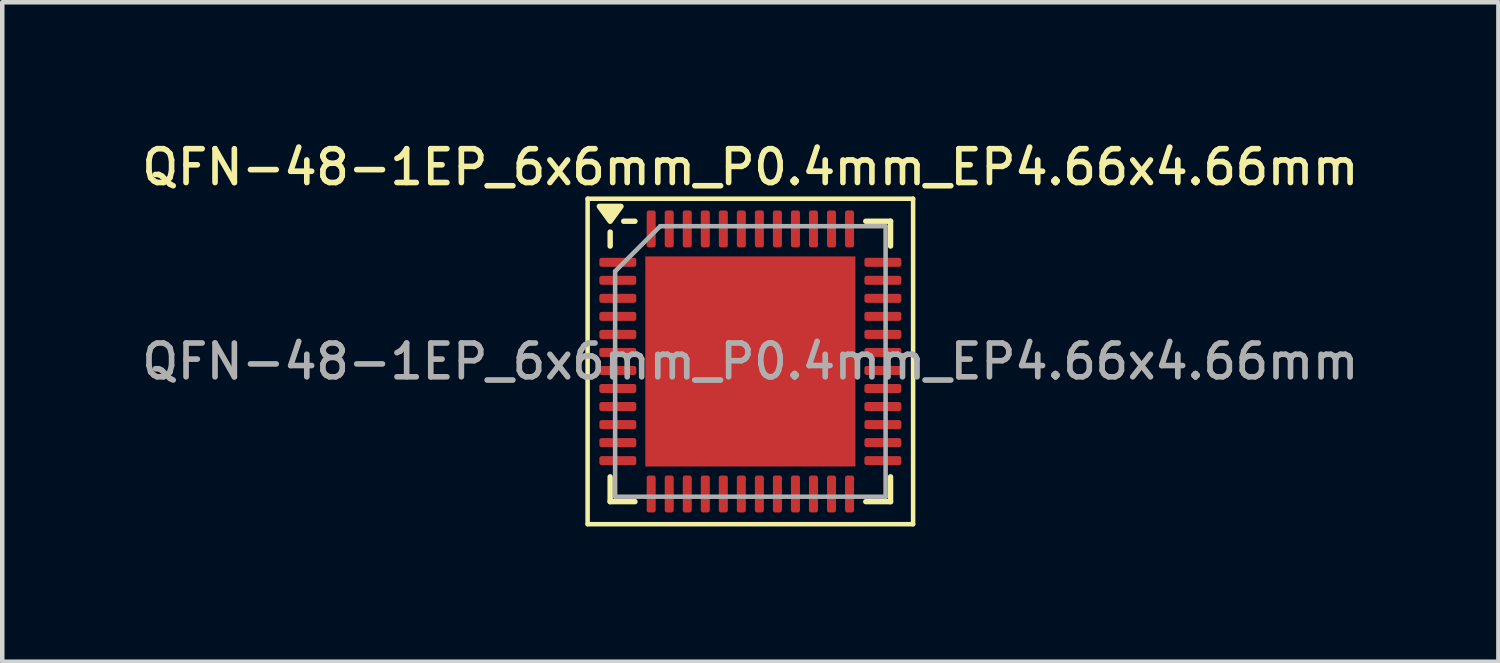
<source format=kicad_pcb>
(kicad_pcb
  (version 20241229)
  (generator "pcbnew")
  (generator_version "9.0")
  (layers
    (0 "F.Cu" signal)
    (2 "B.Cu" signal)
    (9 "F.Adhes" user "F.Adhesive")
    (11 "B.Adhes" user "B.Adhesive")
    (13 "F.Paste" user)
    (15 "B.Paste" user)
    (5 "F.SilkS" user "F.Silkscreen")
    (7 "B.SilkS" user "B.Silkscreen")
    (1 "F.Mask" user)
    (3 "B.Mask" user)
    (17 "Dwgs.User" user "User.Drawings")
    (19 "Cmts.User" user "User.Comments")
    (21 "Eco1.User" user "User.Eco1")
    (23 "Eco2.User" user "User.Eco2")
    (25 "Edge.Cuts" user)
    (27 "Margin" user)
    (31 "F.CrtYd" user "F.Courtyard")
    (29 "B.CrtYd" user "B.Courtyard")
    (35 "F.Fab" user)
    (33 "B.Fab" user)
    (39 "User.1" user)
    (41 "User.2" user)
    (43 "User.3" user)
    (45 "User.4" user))
  (footprint "QFN-48-1EP_6x6mm_P0.4mm_EP4.66x4.66mm"
    (layer "F.Cu")
    (at 13.595 4.968)
    (property "Reference" "QFN-48-1EP_6x6mm_P0.4mm_EP4.66x4.66mm" (at 0 -4.31 0) (layer "F.SilkS") (effects (font (size 0.75 0.75) (thickness 0.125))))
    (attr smd)
    (fp_line (start -3.61 -3.61) (end -3.61 3.61) (stroke (width 0.1) (type solid)) (layer "F.SilkS"))
    (fp_line (start -3.61 3.61) (end 3.61 3.61) (stroke (width 0.1) (type solid)) (layer "F.SilkS"))
    (fp_line (start -3.11 -2.56) (end -3.11 -2.87) (stroke (width 0.12) (type solid)) (layer "F.SilkS"))
    (fp_line (start -3.11 3.11) (end -3.11 2.56) (stroke (width 0.12) (type solid)) (layer "F.SilkS"))
    (fp_line (start -2.56 -3.11) (end -2.81 -3.11) (stroke (width 0.12) (type solid)) (layer "F.SilkS"))
    (fp_line (start -2.56 3.11) (end -3.11 3.11) (stroke (width 0.12) (type solid)) (layer "F.SilkS"))
    (fp_line (start 2.56 -3.11) (end 3.11 -3.11) (stroke (width 0.12) (type solid)) (layer "F.SilkS"))
    (fp_line (start 2.56 3.11) (end 3.11 3.11) (stroke (width 0.12) (type solid)) (layer "F.SilkS"))
    (fp_line (start 3.11 -3.11) (end 3.11 -2.56) (stroke (width 0.12) (type solid)) (layer "F.SilkS"))
    (fp_line (start 3.11 3.11) (end 3.11 2.56) (stroke (width 0.12) (type solid)) (layer "F.SilkS"))
    (fp_line (start 3.61 -3.61) (end -3.61 -3.61) (stroke (width 0.1) (type solid)) (layer "F.SilkS"))
    (fp_line (start 3.61 3.61) (end 3.61 -3.61) (stroke (width 0.1) (type solid)) (layer "F.SilkS"))
    (fp_poly (pts (xy -3.11 -3.11) (xy -3.35 -3.44) (xy -2.87 -3.44) (xy -3.11 -3.11)) (stroke (width 0.12) (type solid)) (fill yes) (layer "F.SilkS"))
    (fp_line (start -3 -2) (end -2 -3) (stroke (width 0.1) (type solid)) (layer "F.Fab"))
    (fp_line (start -3 3) (end -3 -2) (stroke (width 0.1) (type solid)) (layer "F.Fab"))
    (fp_line (start -2 -3) (end 3 -3) (stroke (width 0.1) (type solid)) (layer "F.Fab"))
    (fp_line (start 3 -3) (end 3 3) (stroke (width 0.1) (type solid)) (layer "F.Fab"))
    (fp_line (start 3 3) (end -3 3) (stroke (width 0.1) (type solid)) (layer "F.Fab"))
    (fp_text user "${REFERENCE}" (at 0 0 0) (layer "F.Fab") (effects (font (size 0.75 0.75) (thickness 0.125))))
    (pad "" smd roundrect (at -1.55 -1.55) (size 1.25 1.25) (layers "F.Paste") (roundrect_rratio 0.2))
    (pad "" smd roundrect (at -1.55 0) (size 1.25 1.25) (layers "F.Paste") (roundrect_rratio 0.2))
    (pad "" smd roundrect (at -1.55 1.55) (size 1.25 1.25) (layers "F.Paste") (roundrect_rratio 0.2))
    (pad "" smd roundrect (at 0 -1.55) (size 1.25 1.25) (layers "F.Paste") (roundrect_rratio 0.2))
    (pad "" smd roundrect (at 0 0) (size 1.25 1.25) (layers "F.Paste") (roundrect_rratio 0.2))
    (pad "" smd roundrect (at 0 1.55) (size 1.25 1.25) (layers "F.Paste") (roundrect_rratio 0.2))
    (pad "" smd roundrect (at 1.55 -1.55) (size 1.25 1.25) (layers "F.Paste") (roundrect_rratio 0.2))
    (pad "" smd roundrect (at 1.55 0) (size 1.25 1.25) (layers "F.Paste") (roundrect_rratio 0.2))
    (pad "" smd roundrect (at 1.55 1.55) (size 1.25 1.25) (layers "F.Paste") (roundrect_rratio 0.2))
    (pad "1" smd roundrect (at -2.94 -2.2) (size 0.82 0.2) (layers "F.Cu" "F.Mask" "F.Paste") (roundrect_rratio 0.25))
    (pad "2" smd roundrect (at -2.94 -1.8) (size 0.82 0.2) (layers "F.Cu" "F.Mask" "F.Paste") (roundrect_rratio 0.25))
    (pad "3" smd roundrect (at -2.94 -1.4) (size 0.82 0.2) (layers "F.Cu" "F.Mask" "F.Paste") (roundrect_rratio 0.25))
    (pad "4" smd roundrect (at -2.94 -1) (size 0.82 0.2) (layers "F.Cu" "F.Mask" "F.Paste") (roundrect_rratio 0.25))
    (pad "5" smd roundrect (at -2.94 -0.6) (size 0.82 0.2) (layers "F.Cu" "F.Mask" "F.Paste") (roundrect_rratio 0.25))
    (pad "6" smd roundrect (at -2.94 -0.2) (size 0.82 0.2) (layers "F.Cu" "F.Mask" "F.Paste") (roundrect_rratio 0.25))
    (pad "7" smd roundrect (at -2.94 0.2) (size 0.82 0.2) (layers "F.Cu" "F.Mask" "F.Paste") (roundrect_rratio 0.25))
    (pad "8" smd roundrect (at -2.94 0.6) (size 0.82 0.2) (layers "F.Cu" "F.Mask" "F.Paste") (roundrect_rratio 0.25))
    (pad "9" smd roundrect (at -2.94 1) (size 0.82 0.2) (layers "F.Cu" "F.Mask" "F.Paste") (roundrect_rratio 0.25))
    (pad "10" smd roundrect (at -2.94 1.4) (size 0.82 0.2) (layers "F.Cu" "F.Mask" "F.Paste") (roundrect_rratio 0.25))
    (pad "11" smd roundrect (at -2.94 1.8) (size 0.82 0.2) (layers "F.Cu" "F.Mask" "F.Paste") (roundrect_rratio 0.25))
    (pad "12" smd roundrect (at -2.94 2.2) (size 0.82 0.2) (layers "F.Cu" "F.Mask" "F.Paste") (roundrect_rratio 0.25))
    (pad "13" smd roundrect (at -2.2 2.94) (size 0.2 0.82) (layers "F.Cu" "F.Mask" "F.Paste") (roundrect_rratio 0.25))
    (pad "14" smd roundrect (at -1.8 2.94) (size 0.2 0.82) (layers "F.Cu" "F.Mask" "F.Paste") (roundrect_rratio 0.25))
    (pad "15" smd roundrect (at -1.4 2.94) (size 0.2 0.82) (layers "F.Cu" "F.Mask" "F.Paste") (roundrect_rratio 0.25))
    (pad "16" smd roundrect (at -1 2.94) (size 0.2 0.82) (layers "F.Cu" "F.Mask" "F.Paste") (roundrect_rratio 0.25))
    (pad "17" smd roundrect (at -0.6 2.94) (size 0.2 0.82) (layers "F.Cu" "F.Mask" "F.Paste") (roundrect_rratio 0.25))
    (pad "18" smd roundrect (at -0.2 2.94) (size 0.2 0.82) (layers "F.Cu" "F.Mask" "F.Paste") (roundrect_rratio 0.25))
    (pad "19" smd roundrect (at 0.2 2.94) (size 0.2 0.82) (layers "F.Cu" "F.Mask" "F.Paste") (roundrect_rratio 0.25))
    (pad "20" smd roundrect (at 0.6 2.94) (size 0.2 0.82) (layers "F.Cu" "F.Mask" "F.Paste") (roundrect_rratio 0.25))
    (pad "21" smd roundrect (at 1 2.94) (size 0.2 0.82) (layers "F.Cu" "F.Mask" "F.Paste") (roundrect_rratio 0.25))
    (pad "22" smd roundrect (at 1.4 2.94) (size 0.2 0.82) (layers "F.Cu" "F.Mask" "F.Paste") (roundrect_rratio 0.25))
    (pad "23" smd roundrect (at 1.8 2.94) (size 0.2 0.82) (layers "F.Cu" "F.Mask" "F.Paste") (roundrect_rratio 0.25))
    (pad "24" smd roundrect (at 2.2 2.94) (size 0.2 0.82) (layers "F.Cu" "F.Mask" "F.Paste") (roundrect_rratio 0.25))
    (pad "25" smd roundrect (at 2.94 2.2) (size 0.82 0.2) (layers "F.Cu" "F.Mask" "F.Paste") (roundrect_rratio 0.25))
    (pad "26" smd roundrect (at 2.94 1.8) (size 0.82 0.2) (layers "F.Cu" "F.Mask" "F.Paste") (roundrect_rratio 0.25))
    (pad "27" smd roundrect (at 2.94 1.4) (size 0.82 0.2) (layers "F.Cu" "F.Mask" "F.Paste") (roundrect_rratio 0.25))
    (pad "28" smd roundrect (at 2.94 1) (size 0.82 0.2) (layers "F.Cu" "F.Mask" "F.Paste") (roundrect_rratio 0.25))
    (pad "29" smd roundrect (at 2.94 0.6) (size 0.82 0.2) (layers "F.Cu" "F.Mask" "F.Paste") (roundrect_rratio 0.25))
    (pad "30" smd roundrect (at 2.94 0.2) (size 0.82 0.2) (layers "F.Cu" "F.Mask" "F.Paste") (roundrect_rratio 0.25))
    (pad "31" smd roundrect (at 2.94 -0.2) (size 0.82 0.2) (layers "F.Cu" "F.Mask" "F.Paste") (roundrect_rratio 0.25))
    (pad "32" smd roundrect (at 2.94 -0.6) (size 0.82 0.2) (layers "F.Cu" "F.Mask" "F.Paste") (roundrect_rratio 0.25))
    (pad "33" smd roundrect (at 2.94 -1) (size 0.82 0.2) (layers "F.Cu" "F.Mask" "F.Paste") (roundrect_rratio 0.25))
    (pad "34" smd roundrect (at 2.94 -1.4) (size 0.82 0.2) (layers "F.Cu" "F.Mask" "F.Paste") (roundrect_rratio 0.25))
    (pad "35" smd roundrect (at 2.94 -1.8) (size 0.82 0.2) (layers "F.Cu" "F.Mask" "F.Paste") (roundrect_rratio 0.25))
    (pad "36" smd roundrect (at 2.94 -2.2) (size 0.82 0.2) (layers "F.Cu" "F.Mask" "F.Paste") (roundrect_rratio 0.25))
    (pad "37" smd roundrect (at 2.2 -2.94) (size 0.2 0.82) (layers "F.Cu" "F.Mask" "F.Paste") (roundrect_rratio 0.25))
    (pad "38" smd roundrect (at 1.8 -2.94) (size 0.2 0.82) (layers "F.Cu" "F.Mask" "F.Paste") (roundrect_rratio 0.25))
    (pad "39" smd roundrect (at 1.4 -2.94) (size 0.2 0.82) (layers "F.Cu" "F.Mask" "F.Paste") (roundrect_rratio 0.25))
    (pad "40" smd roundrect (at 1 -2.94) (size 0.2 0.82) (layers "F.Cu" "F.Mask" "F.Paste") (roundrect_rratio 0.25))
    (pad "41" smd roundrect (at 0.6 -2.94) (size 0.2 0.82) (layers "F.Cu" "F.Mask" "F.Paste") (roundrect_rratio 0.25))
    (pad "42" smd roundrect (at 0.2 -2.94) (size 0.2 0.82) (layers "F.Cu" "F.Mask" "F.Paste") (roundrect_rratio 0.25))
    (pad "43" smd roundrect (at -0.2 -2.94) (size 0.2 0.82) (layers "F.Cu" "F.Mask" "F.Paste") (roundrect_rratio 0.25))
    (pad "44" smd roundrect (at -0.6 -2.94) (size 0.2 0.82) (layers "F.Cu" "F.Mask" "F.Paste") (roundrect_rratio 0.25))
    (pad "45" smd roundrect (at -1 -2.94) (size 0.2 0.82) (layers "F.Cu" "F.Mask" "F.Paste") (roundrect_rratio 0.25))
    (pad "46" smd roundrect (at -1.4 -2.94) (size 0.2 0.82) (layers "F.Cu" "F.Mask" "F.Paste") (roundrect_rratio 0.25))
    (pad "47" smd roundrect (at -1.8 -2.94) (size 0.2 0.82) (layers "F.Cu" "F.Mask" "F.Paste") (roundrect_rratio 0.25))
    (pad "48" smd roundrect (at -2.2 -2.94) (size 0.2 0.82) (layers "F.Cu" "F.Mask" "F.Paste") (roundrect_rratio 0.25))
    (pad "49" smd rect (at 0 0) (size 4.66 4.66) (property pad_prop_heatsink) (layers "F.Cu" "F.Mask")))
  (gr_rect
    (start -3 -3)
    (end 30.189 11.628)
    (stroke (width 0.1) (type default))
    (fill no)
    (layer "Edge.Cuts")))
</source>
